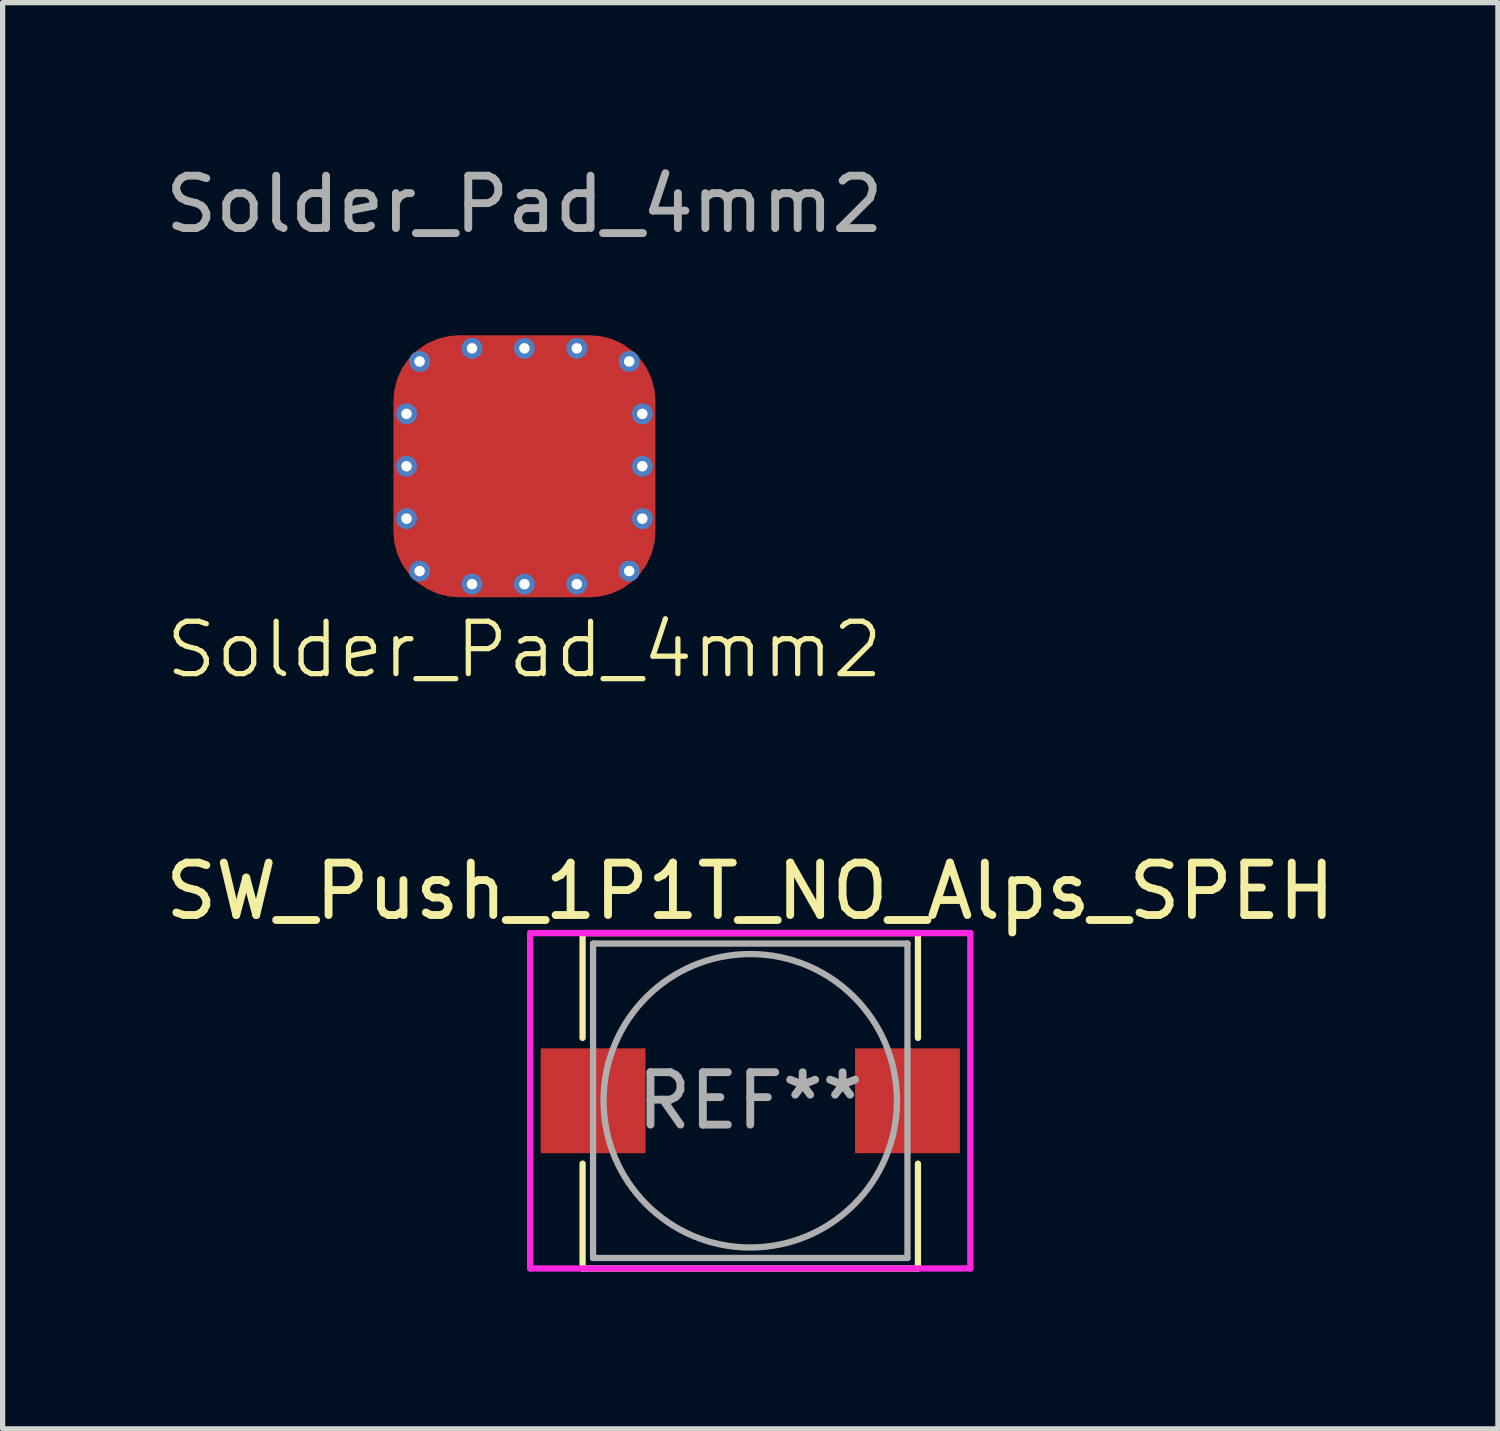
<source format=kicad_pcb>
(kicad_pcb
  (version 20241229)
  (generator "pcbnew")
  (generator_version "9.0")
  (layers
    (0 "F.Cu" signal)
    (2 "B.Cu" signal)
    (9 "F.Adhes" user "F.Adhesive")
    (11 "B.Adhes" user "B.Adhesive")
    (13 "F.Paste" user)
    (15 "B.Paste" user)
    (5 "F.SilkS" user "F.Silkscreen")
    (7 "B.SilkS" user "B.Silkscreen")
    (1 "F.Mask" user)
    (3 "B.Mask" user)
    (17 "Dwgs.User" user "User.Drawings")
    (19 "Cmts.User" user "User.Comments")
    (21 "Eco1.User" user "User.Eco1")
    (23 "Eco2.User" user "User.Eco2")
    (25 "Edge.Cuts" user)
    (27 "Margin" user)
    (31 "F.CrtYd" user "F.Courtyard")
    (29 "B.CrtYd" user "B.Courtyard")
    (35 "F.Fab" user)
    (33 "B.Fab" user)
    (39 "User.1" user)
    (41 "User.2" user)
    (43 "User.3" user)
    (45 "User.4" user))
  (footprint "Solder_Pad_4mm2"
    (layer "F.Cu")
    (at 6.958 5.848)
    (property "Reference" "Solder_Pad_4mm2" (at 0 3.5 0) (unlocked yes) (layer "F.SilkS") (effects (font (size 1 1) (thickness 0.1))))
    (attr smd)
    (fp_text user "${REFERENCE}" (at 0 -5 0) (unlocked yes) (layer "F.Fab") (effects (font (size 1 1) (thickness 0.15))))
    (pad "1" thru_hole circle (at -2.25 -1) (size 0.4 0.4) (drill 0.2) (layers "*.Cu" "*.Mask"))
    (pad "1" thru_hole circle (at -2.25 0) (size 0.4 0.4) (drill 0.2) (layers "*.Cu" "*.Mask"))
    (pad "1" thru_hole circle (at -2.25 1) (size 0.4 0.4) (drill 0.2) (layers "*.Cu" "*.Mask"))
    (pad "1" thru_hole circle (at -2 -2) (size 0.4 0.4) (drill 0.2) (layers "*.Cu" "*.Mask"))
    (pad "1" thru_hole circle (at -2 2) (size 0.4 0.4) (drill 0.2) (layers "*.Cu" "*.Mask"))
    (pad "1" thru_hole circle (at -1 -2.25) (size 0.4 0.4) (drill 0.2) (layers "*.Cu" "*.Mask"))
    (pad "1" thru_hole circle (at -1 2.25) (size 0.4 0.4) (drill 0.2) (layers "*.Cu" "*.Mask"))
    (pad "1" thru_hole circle (at 0 -2.25) (size 0.4 0.4) (drill 0.2) (layers "*.Cu" "*.Mask"))
    (pad "1" smd roundrect (at 0 0) (size 5 5) (layers "F.Cu" "F.Mask" "F.Paste") (roundrect_rratio 0.25))
    (pad "1" thru_hole circle (at 0 2.25) (size 0.4 0.4) (drill 0.2) (layers "*.Cu" "*.Mask"))
    (pad "1" thru_hole circle (at 1 -2.25) (size 0.4 0.4) (drill 0.2) (layers "*.Cu" "*.Mask"))
    (pad "1" thru_hole circle (at 1 2.25) (size 0.4 0.4) (drill 0.2) (layers "*.Cu" "*.Mask"))
    (pad "1" thru_hole circle (at 2 -2) (size 0.4 0.4) (drill 0.2) (layers "*.Cu" "*.Mask"))
    (pad "1" thru_hole circle (at 2 2) (size 0.4 0.4) (drill 0.2) (layers "*.Cu" "*.Mask"))
    (pad "1" thru_hole circle (at 2.25 -1) (size 0.4 0.4) (drill 0.2) (layers "*.Cu" "*.Mask"))
    (pad "1" thru_hole circle (at 2.25 0) (size 0.4 0.4) (drill 0.2) (layers "*.Cu" "*.Mask"))
    (pad "1" thru_hole circle (at 2.25 1) (size 0.4 0.4) (drill 0.2) (layers "*.Cu" "*.Mask")))
  (footprint "SW_Push_1P1T_NO_Alps_SPEH"
    (layer "F.Cu")
    (at 11.268 17.957)
    (property "Reference" "SW_Push_1P1T_NO_Alps_SPEH" (at 0 -4 0) (layer "F.SilkS") (effects (font (size 1 1) (thickness 0.15))))
    (attr through_hole)
    (fp_line (start -3.2 -3.2) (end 3.2 -3.2) (stroke (width 0.12) (type solid)) (layer "F.SilkS"))
    (fp_line (start -3.2 -1.2) (end -3.2 -3.2) (stroke (width 0.12) (type solid)) (layer "F.SilkS"))
    (fp_line (start -3.2 3.2) (end -3.2 1.2) (stroke (width 0.12) (type solid)) (layer "F.SilkS"))
    (fp_line (start 3.2 -3.2) (end 3.2 -1.2) (stroke (width 0.12) (type solid)) (layer "F.SilkS"))
    (fp_line (start 3.2 1.2) (end 3.2 3.2) (stroke (width 0.12) (type solid)) (layer "F.SilkS"))
    (fp_line (start 3.2 3.2) (end -3.2 3.2) (stroke (width 0.12) (type solid)) (layer "F.SilkS"))
    (fp_line (start -4.2 -3.2) (end 4.2 -3.2) (stroke (width 0.12) (type solid)) (layer "F.CrtYd"))
    (fp_line (start -4.2 3.2) (end -4.2 -3.2) (stroke (width 0.12) (type solid)) (layer "F.CrtYd"))
    (fp_line (start 4.2 -3.2) (end 4.2 3.2) (stroke (width 0.12) (type solid)) (layer "F.CrtYd"))
    (fp_line (start 4.2 3.2) (end -4.2 3.2) (stroke (width 0.12) (type solid)) (layer "F.CrtYd"))
    (fp_line (start -3 -3) (end 3 -3) (stroke (width 0.12) (type solid)) (layer "F.Fab"))
    (fp_line (start -3 3) (end -3 -3) (stroke (width 0.12) (type solid)) (layer "F.Fab"))
    (fp_line (start 3 -3) (end 3 3) (stroke (width 0.12) (type solid)) (layer "F.Fab"))
    (fp_line (start 3 3) (end -3 3) (stroke (width 0.12) (type solid)) (layer "F.Fab"))
    (fp_circle (center 0 0) (end 0 -2.8) (stroke (width 0.12) (type solid)) (fill no) (layer "F.Fab"))
    (fp_text user "REF**" (at 0 0 0) (layer "F.Fab") (effects (font (size 1 1) (thickness 0.15))))
    (pad "1" smd rect (at -3 0) (size 2 2) (layers "F.Cu" "F.Mask" "F.Paste"))
    (pad "2" smd rect (at 3 0) (size 2 2) (layers "F.Cu" "F.Mask" "F.Paste")))
  (gr_rect
    (start -3 -3)
    (end 25.536 24.217)
    (stroke (width 0.1) (type default))
    (fill no)
    (layer "Edge.Cuts")))
</source>
